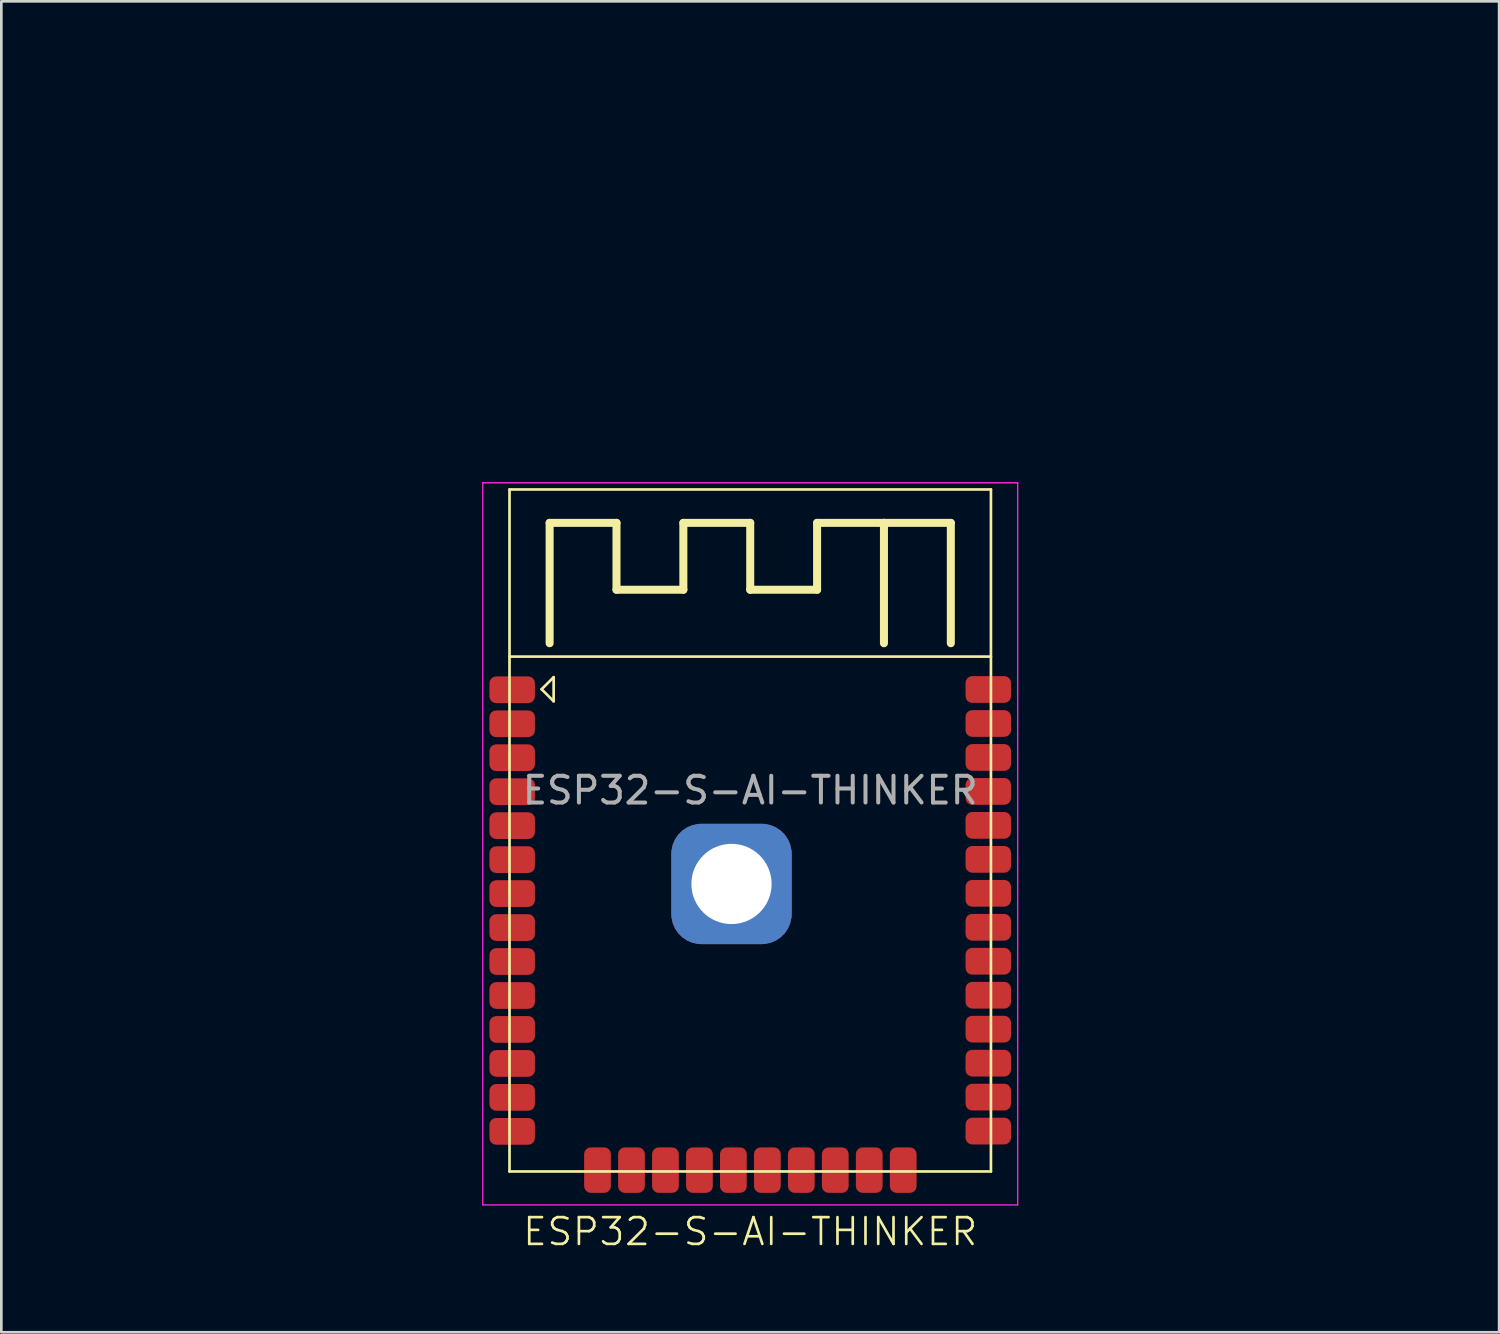
<source format=kicad_pcb>
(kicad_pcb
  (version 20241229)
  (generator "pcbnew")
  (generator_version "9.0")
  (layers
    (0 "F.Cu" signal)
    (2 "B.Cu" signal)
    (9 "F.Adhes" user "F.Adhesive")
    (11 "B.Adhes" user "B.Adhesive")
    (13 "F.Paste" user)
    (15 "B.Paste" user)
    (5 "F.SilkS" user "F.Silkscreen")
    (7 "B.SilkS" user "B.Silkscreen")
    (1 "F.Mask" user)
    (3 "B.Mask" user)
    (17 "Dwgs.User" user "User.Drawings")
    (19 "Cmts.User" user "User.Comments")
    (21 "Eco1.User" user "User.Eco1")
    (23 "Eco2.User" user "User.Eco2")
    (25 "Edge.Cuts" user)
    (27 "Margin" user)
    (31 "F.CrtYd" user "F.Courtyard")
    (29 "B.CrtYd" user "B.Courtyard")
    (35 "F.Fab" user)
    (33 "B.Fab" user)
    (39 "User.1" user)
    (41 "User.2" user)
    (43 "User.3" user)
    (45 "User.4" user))
  (footprint "ESP32-S-AI-THINKER"
    (layer "F.Cu")
    (at 25 28)
    (property "Reference" "ESP32-S-AI-THINKER" (at 0 15 0) (unlocked yes) (layer "F.SilkS") (effects (font (size 1 1) (thickness 0.1))))
    (attr smd)
    (fp_line (start -9 -12.75) (end -9 12.75) (stroke (width 0.1) (type default)) (layer "F.SilkS"))
    (fp_line (start -9 -12.75) (end 9 -12.75) (stroke (width 0.1) (type default)) (layer "F.SilkS"))
    (fp_line (start -9 -6.5) (end 9 -6.5) (stroke (width 0.1) (type default)) (layer "F.SilkS"))
    (fp_line (start -9 12.75) (end 9 12.75) (stroke (width 0.1) (type default)) (layer "F.SilkS"))
    (fp_line (start -7.8 -5.28) (end -7.35 -5.73) (stroke (width 0.1) (type default)) (layer "F.SilkS"))
    (fp_line (start -7.8 -5.28) (end -7.35 -4.83) (stroke (width 0.1) (type default)) (layer "F.SilkS"))
    (fp_line (start -7.5 -7) (end -7.5 -11.5) (stroke (width 0.3) (type default)) (layer "F.SilkS"))
    (fp_line (start -7.35 -4.83) (end -7.35 -5.73) (stroke (width 0.1) (type default)) (layer "F.SilkS"))
    (fp_line (start -5 -11.5) (end -7.5 -11.5) (stroke (width 0.3) (type default)) (layer "F.SilkS"))
    (fp_line (start -5 -9) (end -5 -11.5) (stroke (width 0.3) (type default)) (layer "F.SilkS"))
    (fp_line (start -2.5 -11.5) (end 0 -11.5) (stroke (width 0.3) (type default)) (layer "F.SilkS"))
    (fp_line (start -2.5 -9) (end -5 -9) (stroke (width 0.3) (type default)) (layer "F.SilkS"))
    (fp_line (start -2.5 -9) (end -2.5 -11.5) (stroke (width 0.3) (type default)) (layer "F.SilkS"))
    (fp_line (start 0 -11.5) (end 0 -9) (stroke (width 0.3) (type default)) (layer "F.SilkS"))
    (fp_line (start 0 -9) (end 2.5 -9) (stroke (width 0.3) (type default)) (layer "F.SilkS"))
    (fp_line (start 2.5 -11.5) (end 2.5 -9) (stroke (width 0.3) (type default)) (layer "F.SilkS"))
    (fp_line (start 5 -11.5) (end 2.5 -11.5) (stroke (width 0.3) (type default)) (layer "F.SilkS"))
    (fp_line (start 5 -7) (end 5 -11.5) (stroke (width 0.3) (type default)) (layer "F.SilkS"))
    (fp_line (start 7.5 -11.5) (end 5 -11.5) (stroke (width 0.3) (type default)) (layer "F.SilkS"))
    (fp_line (start 7.5 -7) (end 7.5 -11.5) (stroke (width 0.3) (type default)) (layer "F.SilkS"))
    (fp_line (start 9 -12.75) (end 9 12.75) (stroke (width 0.1) (type default)) (layer "F.SilkS"))
    (fp_line (start -10 -13) (end -10 14) (stroke (width 0.05) (type default)) (layer "F.CrtYd"))
    (fp_line (start -10 14) (end 10 14) (stroke (width 0.05) (type default)) (layer "F.CrtYd"))
    (fp_line (start 10 -13) (end -10 -13) (stroke (width 0.05) (type default)) (layer "F.CrtYd"))
    (fp_line (start 10 14) (end 10 -13) (stroke (width 0.05) (type default)) (layer "F.CrtYd"))
    (fp_text user "${REFERENCE}" (at 0 -1.5 0) (unlocked yes) (layer "F.Fab") (effects (font (size 1 1) (thickness 0.15))))
    (pad "1" smd roundrect (at -8.9 -5.26) (size 1.7 1) (layers "F.Cu" "F.Mask" "F.Paste") (roundrect_rratio 0.25))
    (pad "2" smd roundrect (at -8.9 -3.99) (size 1.7 1) (layers "F.Cu" "F.Mask" "F.Paste") (roundrect_rratio 0.25))
    (pad "3" smd roundrect (at -8.9 -2.72) (size 1.7 1) (layers "F.Cu" "F.Mask" "F.Paste") (roundrect_rratio 0.25))
    (pad "4" smd roundrect (at -8.9 -1.45) (size 1.7 1) (layers "F.Cu" "F.Mask" "F.Paste") (roundrect_rratio 0.25))
    (pad "5" smd roundrect (at -8.9 -0.18) (size 1.7 1) (layers "F.Cu" "F.Mask" "F.Paste") (roundrect_rratio 0.25))
    (pad "6" smd roundrect (at -8.9 1.09) (size 1.7 1) (layers "F.Cu" "F.Mask" "F.Paste") (roundrect_rratio 0.25))
    (pad "7" smd roundrect (at -8.9 2.36) (size 1.7 1) (layers "F.Cu" "F.Mask" "F.Paste") (roundrect_rratio 0.25))
    (pad "8" smd roundrect (at -8.9 3.63) (size 1.7 1) (layers "F.Cu" "F.Mask" "F.Paste") (roundrect_rratio 0.25))
    (pad "9" smd roundrect (at -8.9 4.9) (size 1.7 1) (layers "F.Cu" "F.Mask" "F.Paste") (roundrect_rratio 0.25))
    (pad "10" smd roundrect (at -8.9 6.17) (size 1.7 1) (layers "F.Cu" "F.Mask" "F.Paste") (roundrect_rratio 0.25))
    (pad "11" smd roundrect (at -8.9 7.44) (size 1.7 1) (layers "F.Cu" "F.Mask" "F.Paste") (roundrect_rratio 0.25))
    (pad "12" smd roundrect (at -8.9 8.71) (size 1.7 1) (layers "F.Cu" "F.Mask" "F.Paste") (roundrect_rratio 0.25))
    (pad "13" smd roundrect (at -8.9 9.98) (size 1.7 1) (layers "F.Cu" "F.Mask" "F.Paste") (roundrect_rratio 0.25))
    (pad "14" smd roundrect (at -8.9 11.25) (size 1.7 1) (layers "F.Cu" "F.Mask" "F.Paste") (roundrect_rratio 0.25))
    (pad "15" smd roundrect (at -5.71 12.7 90) (size 1.7 1) (layers "F.Cu" "F.Mask" "F.Paste") (roundrect_rratio 0.25))
    (pad "16" smd roundrect (at -4.44 12.7 90) (size 1.7 1) (layers "F.Cu" "F.Mask" "F.Paste") (roundrect_rratio 0.25))
    (pad "17" smd roundrect (at -3.17 12.7 90) (size 1.7 1) (layers "F.Cu" "F.Mask" "F.Paste") (roundrect_rratio 0.25))
    (pad "18" smd roundrect (at -1.9 12.7 90) (size 1.7 1) (layers "F.Cu" "F.Mask" "F.Paste") (roundrect_rratio 0.25))
    (pad "19" smd roundrect (at -0.63 12.7 90) (size 1.7 1) (layers "F.Cu" "F.Mask" "F.Paste") (roundrect_rratio 0.25))
    (pad "20" smd roundrect (at 0.64 12.7 90) (size 1.7 1) (layers "F.Cu" "F.Mask" "F.Paste") (roundrect_rratio 0.25))
    (pad "21" smd roundrect (at 1.91 12.7 90) (size 1.7 1) (layers "F.Cu" "F.Mask" "F.Paste") (roundrect_rratio 0.25))
    (pad "22" smd roundrect (at 3.18 12.7 90) (size 1.7 1) (layers "F.Cu" "F.Mask" "F.Paste") (roundrect_rratio 0.25))
    (pad "23" smd roundrect (at 4.45 12.7 90) (size 1.7 1) (layers "F.Cu" "F.Mask" "F.Paste") (roundrect_rratio 0.25))
    (pad "24" smd roundrect (at 5.72 12.7 90) (size 1.7 1) (layers "F.Cu" "F.Mask" "F.Paste") (roundrect_rratio 0.25))
    (pad "25" smd roundrect (at 8.9 11.24) (size 1.7 1) (layers "F.Cu" "F.Mask" "F.Paste") (roundrect_rratio 0.25))
    (pad "26" smd roundrect (at 8.9 9.97) (size 1.7 1) (layers "F.Cu" "F.Mask" "F.Paste") (roundrect_rratio 0.25))
    (pad "27" smd roundrect (at 8.9 8.7) (size 1.7 1) (layers "F.Cu" "F.Mask" "F.Paste") (roundrect_rratio 0.25))
    (pad "28" smd roundrect (at 8.9 7.43) (size 1.7 1) (layers "F.Cu" "F.Mask" "F.Paste") (roundrect_rratio 0.25))
    (pad "29" smd roundrect (at 8.9 6.16) (size 1.7 1) (layers "F.Cu" "F.Mask" "F.Paste") (roundrect_rratio 0.25))
    (pad "30" smd roundrect (at 8.9 4.89) (size 1.7 1) (layers "F.Cu" "F.Mask" "F.Paste") (roundrect_rratio 0.25))
    (pad "31" smd roundrect (at 8.9 3.62) (size 1.7 1) (layers "F.Cu" "F.Mask" "F.Paste") (roundrect_rratio 0.25))
    (pad "32" smd roundrect (at 8.9 2.35) (size 1.7 1) (layers "F.Cu" "F.Mask" "F.Paste") (roundrect_rratio 0.25))
    (pad "33" smd roundrect (at 8.9 1.08) (size 1.7 1) (layers "F.Cu" "F.Mask" "F.Paste") (roundrect_rratio 0.25))
    (pad "34" smd roundrect (at 8.9 -0.19) (size 1.7 1) (layers "F.Cu" "F.Mask" "F.Paste") (roundrect_rratio 0.25))
    (pad "35" smd roundrect (at 8.9 -1.46) (size 1.7 1) (layers "F.Cu" "F.Mask" "F.Paste") (roundrect_rratio 0.25))
    (pad "36" smd roundrect (at 8.9 -2.73) (size 1.7 1) (layers "F.Cu" "F.Mask" "F.Paste") (roundrect_rratio 0.25))
    (pad "37" smd roundrect (at 8.9 -4) (size 1.7 1) (layers "F.Cu" "F.Mask" "F.Paste") (roundrect_rratio 0.25))
    (pad "38" smd roundrect (at 8.9 -5.27) (size 1.7 1) (layers "F.Cu" "F.Mask" "F.Paste") (roundrect_rratio 0.25))
    (pad "39" thru_hole roundrect (at -0.7 2 90) (size 4.5 4.5) (drill 3) (layers "*.Cu" "*.Mask") (roundrect_rratio 0.25))
    (zone (net_name "") (layers "F.Cu" "F.Mask" "B.Cu" "B.Mask" "F.Adhes" "B.Adhes" "F.Paste" "B.Paste") (name "Antenna") (hatch edge 0.5) (connect_pads) (min_thickness 0.25) (filled_areas_thickness no) (keepout (tracks not_allowed) (vias not_allowed) (pads not_allowed) (copperpour not_allowed) (footprints not_allowed)) (placement (enabled no)) (fill) (polygon (pts (xy 0 22) (xy 0 0) (xy 50 0) (xy 50 22)))))
  (gr_rect
    (start -3 -3)
    (end 53 46.761)
    (stroke (width 0.1) (type default))
    (fill no)
    (layer "Edge.Cuts")))
</source>
